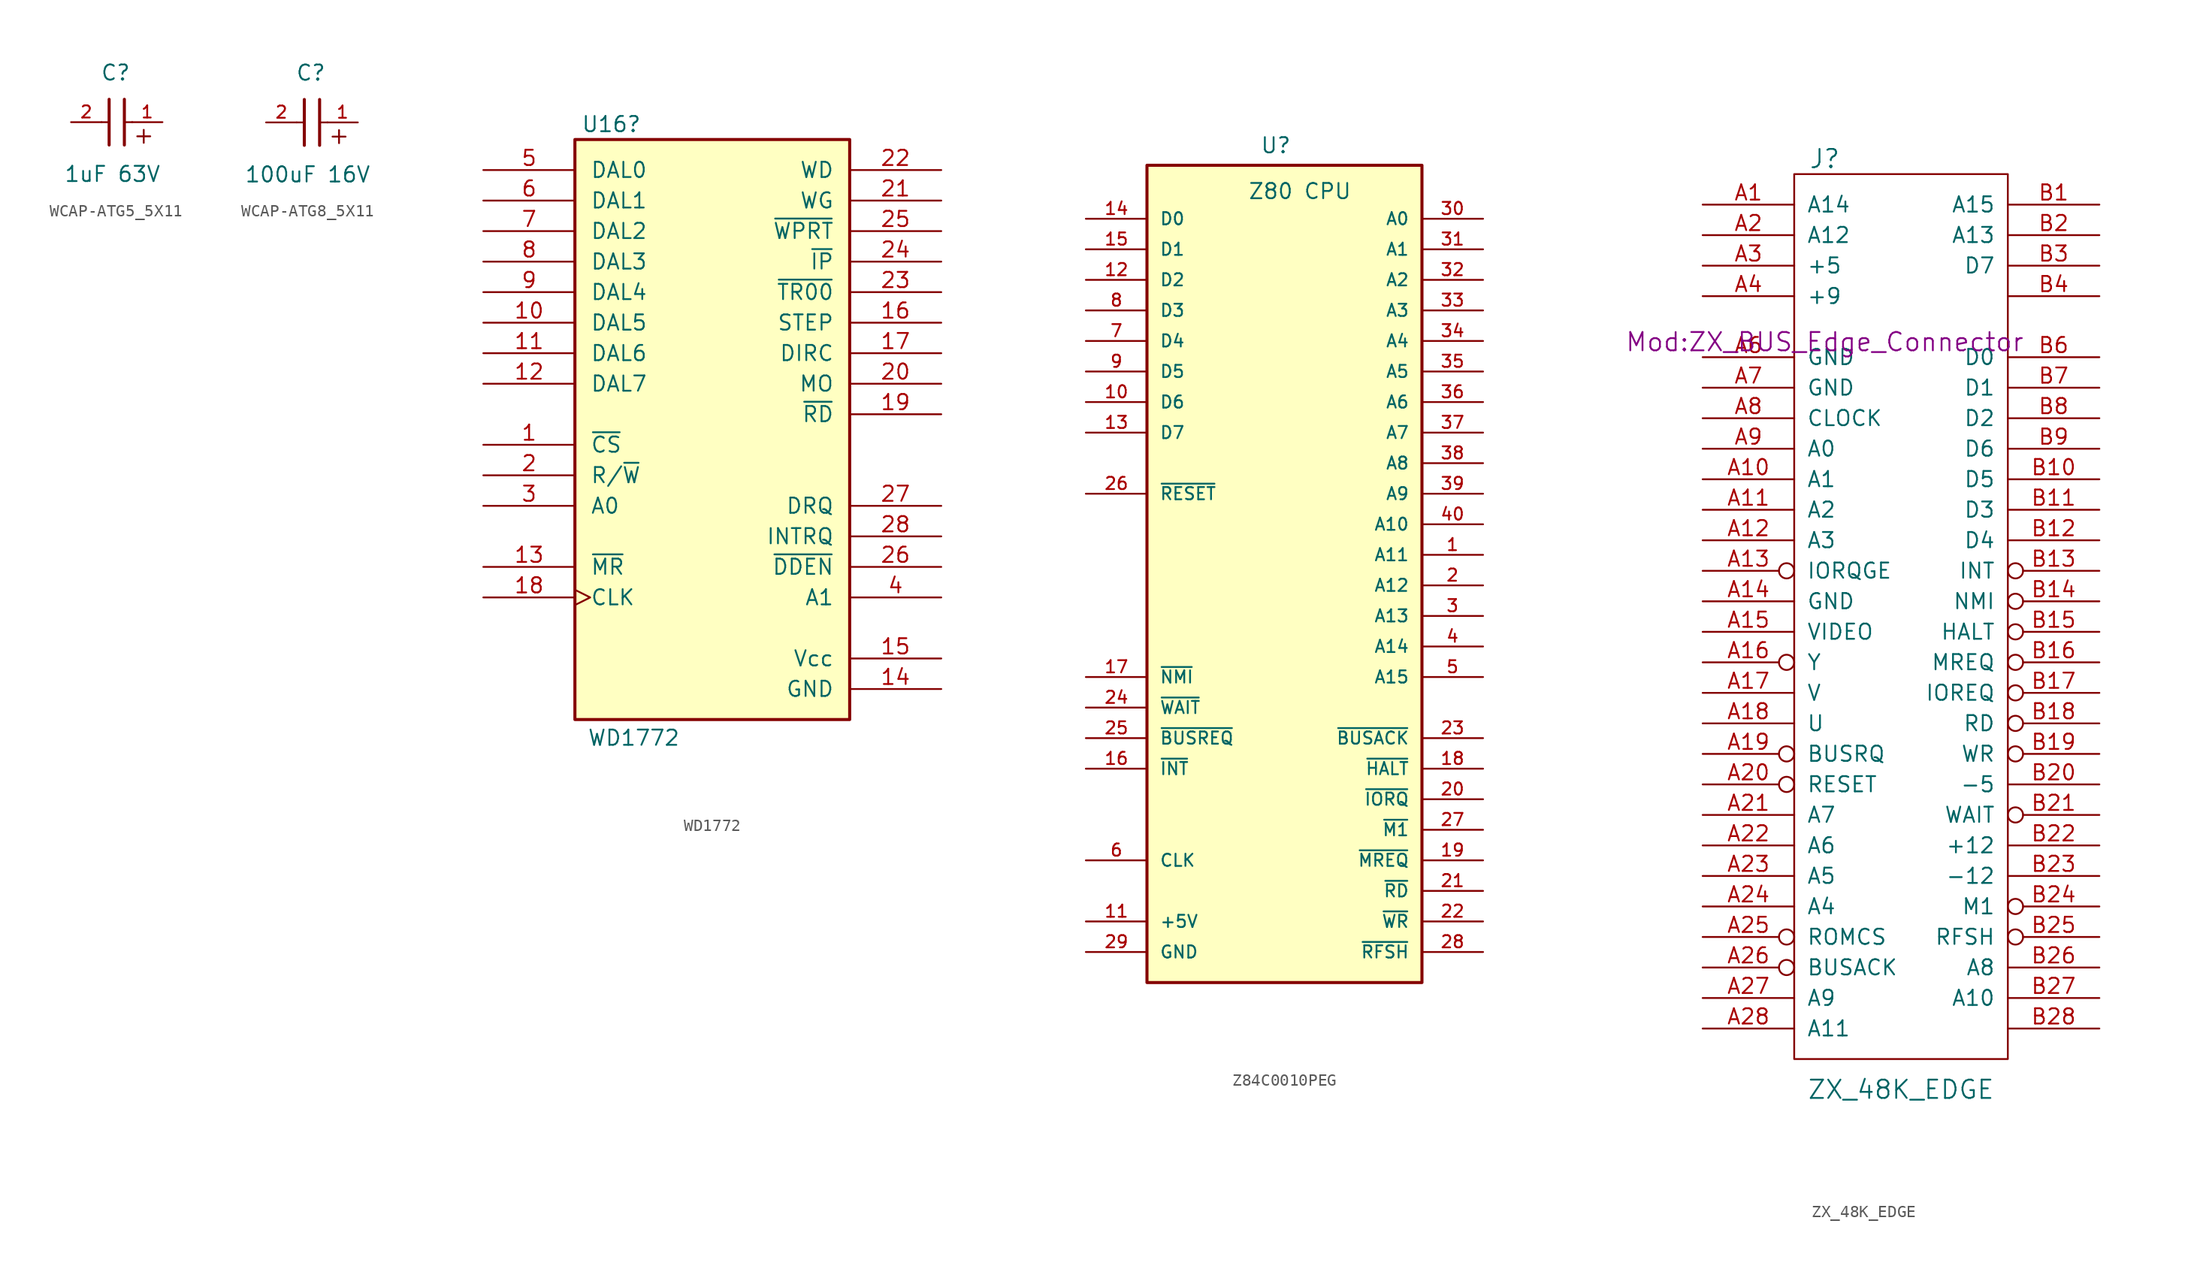
<source format=kicad_sym>
(kicad_symbol_lib
  (version 20241209)
  (generator "kicad_symbol_editor")
  (generator_version "9.0")
  (symbol "WCAP-ATG5_5X11"
    (pin_names
      (offset 1.016))
    (property "Reference" "C"
      (at 1.175 3.38 0)
      (effects (font (size 1.27 1.27)) (justify bottom)))
    (property "Value" "1uF 63V"
      (at 0.915 -5.075 0)
      (effects (font (size 1.27 1.27)) (justify bottom)))
    (symbol "WCAP-ATG5_5X11_0_0"
      (polyline (pts (xy 0 0) (xy 0.643 0)) (stroke (width 0.152) (type default)) (fill (type none)))
      (polyline (pts (xy 0.635 -1.905) (xy 0.635 1.905)) (stroke (width 0.254) (type default)) (fill (type none)))
      (polyline (pts (xy 1.905 1.905) (xy 1.905 -1.905)) (stroke (width 0.254) (type default)) (fill (type none)))
      (polyline (pts (xy 1.928 0) (xy 2.571 0)) (stroke (width 0.152) (type default)) (fill (type none)))
      (text "+" (at 2.54 -1.905 0) (effects (font (size 1.422 1.422)) (justify left bottom)))
      (pin passive line (at -2.54 0 0) (length 2.54) (name "~" (effects (font (size 1.016 1.016)))) (number "2" (effects (font (size 1.016 1.016)))))
      (pin passive line (at 5.08 0 180) (length 2.54) (name "~" (effects (font (size 1.016 1.016)))) (number "1" (effects (font (size 1.016 1.016)))))))
  (symbol "WCAP-ATG8_5X11"
    (pin_names
      (offset 1.016))
    (property "Reference" "C"
      (at 1.175 3.38 0)
      (effects (font (size 1.27 1.27)) (justify bottom)))
    (property "Value" "100uF 16V"
      (at 0.915 -5.075 0)
      (effects (font (size 1.27 1.27)) (justify bottom)))
    (symbol "WCAP-ATG8_5X11_0_0"
      (polyline (pts (xy 0 0) (xy 0.643 0)) (stroke (width 0.152) (type default)) (fill (type none)))
      (polyline (pts (xy 0.635 -1.905) (xy 0.635 1.905)) (stroke (width 0.254) (type default)) (fill (type none)))
      (polyline (pts (xy 1.905 1.905) (xy 1.905 -1.905)) (stroke (width 0.254) (type default)) (fill (type none)))
      (polyline (pts (xy 1.928 0) (xy 2.571 0)) (stroke (width 0.152) (type default)) (fill (type none)))
      (text "+" (at 2.54 -1.905 0) (effects (font (size 1.422 1.422)) (justify left bottom)))
      (pin passive line (at -2.54 0 0) (length 2.54) (name "~" (effects (font (size 1.016 1.016)))) (number "2" (effects (font (size 1.016 1.016)))))
      (pin passive line (at 5.08 0 180) (length 2.54) (name "~" (effects (font (size 1.016 1.016)))) (number "1" (effects (font (size 1.016 1.016)))))))
  (symbol "WD1772"
    (pin_names
      (offset 1.27))
    (property "Reference" "U16"
      (at -12.192 44.45 0)
      (effects (font (size 1.27 1.27)) (justify left)))
    (property "Value" "WD1772"
      (at -11.684 -6.604 0)
      (effects (font (size 1.27 1.27)) (justify left)))
    (property "ki_locked" ""
      (at 0 0 0)
      (effects (font (size 1.27 1.27))))
    (symbol "WD1772_0_0"
      (rectangle (start -12.7 43.18) (end 10.16 -5.08) (stroke (width 0.254) (type solid)) (fill (type background)))
      (pin bidirectional line (at -20.32 40.64 0) (length 7.62) (name "DAL0" (effects (font (size 1.27 1.27)))) (number "5" (effects (font (size 1.27 1.27)))))
      (pin bidirectional line (at -20.32 38.1 0) (length 7.62) (name "DAL1" (effects (font (size 1.27 1.27)))) (number "6" (effects (font (size 1.27 1.27)))))
      (pin bidirectional line (at -20.32 35.56 0) (length 7.62) (name "DAL2" (effects (font (size 1.27 1.27)))) (number "7" (effects (font (size 1.27 1.27)))))
      (pin bidirectional line (at -20.32 33.02 0) (length 7.62) (name "DAL3" (effects (font (size 1.27 1.27)))) (number "8" (effects (font (size 1.27 1.27)))))
      (pin bidirectional line (at -20.32 30.48 0) (length 7.62) (name "DAL4" (effects (font (size 1.27 1.27)))) (number "9" (effects (font (size 1.27 1.27)))))
      (pin bidirectional line (at -20.32 27.94 0) (length 7.62) (name "DAL5" (effects (font (size 1.27 1.27)))) (number "10" (effects (font (size 1.27 1.27)))))
      (pin bidirectional line (at -20.32 25.4 0) (length 7.62) (name "DAL6" (effects (font (size 1.27 1.27)))) (number "11" (effects (font (size 1.27 1.27)))))
      (pin bidirectional line (at -20.32 22.86 0) (length 7.62) (name "DAL7" (effects (font (size 1.27 1.27)))) (number "12" (effects (font (size 1.27 1.27)))))
      (pin input line (at -20.32 17.78 0) (length 7.62) (name "~{CS}" (effects (font (size 1.27 1.27)))) (number "1" (effects (font (size 1.27 1.27)))))
      (pin input line (at -20.32 15.24 0) (length 7.62) (name "R/~{W}" (effects (font (size 1.27 1.27)))) (number "2" (effects (font (size 1.27 1.27)))))
      (pin input line (at -20.32 12.7 0) (length 7.62) (name "A0" (effects (font (size 1.27 1.27)))) (number "3" (effects (font (size 1.27 1.27)))))
      (pin input line (at -20.32 7.62 0) (length 7.62) (name "~{MR}" (effects (font (size 1.27 1.27)))) (number "13" (effects (font (size 1.27 1.27)))))
      (pin input clock (at -20.32 5.08 0) (length 7.62) (name "CLK" (effects (font (size 1.27 1.27)))) (number "18" (effects (font (size 1.27 1.27)))))
      (pin output line (at 17.78 40.64 180) (length 7.62) (name "WD" (effects (font (size 1.27 1.27)))) (number "22" (effects (font (size 1.27 1.27)))))
      (pin output line (at 17.78 38.1 180) (length 7.62) (name "WG" (effects (font (size 1.27 1.27)))) (number "21" (effects (font (size 1.27 1.27)))))
      (pin input line (at 17.78 35.56 180) (length 7.62) (name "~{WPRT}" (effects (font (size 1.27 1.27)))) (number "25" (effects (font (size 1.27 1.27)))))
      (pin input line (at 17.78 33.02 180) (length 7.62) (name "~{IP}" (effects (font (size 1.27 1.27)))) (number "24" (effects (font (size 1.27 1.27)))))
      (pin input line (at 17.78 30.48 180) (length 7.62) (name "~{TR00}" (effects (font (size 1.27 1.27)))) (number "23" (effects (font (size 1.27 1.27)))))
      (pin output line (at 17.78 27.94 180) (length 7.62) (name "STEP" (effects (font (size 1.27 1.27)))) (number "16" (effects (font (size 1.27 1.27)))))
      (pin output line (at 17.78 25.4 180) (length 7.62) (name "DIRC" (effects (font (size 1.27 1.27)))) (number "17" (effects (font (size 1.27 1.27)))))
      (pin output line (at 17.78 22.86 180) (length 7.62) (name "MO" (effects (font (size 1.27 1.27)))) (number "20" (effects (font (size 1.27 1.27)))))
      (pin input line (at 17.78 20.32 180) (length 7.62) (name "~{RD}" (effects (font (size 1.27 1.27)))) (number "19" (effects (font (size 1.27 1.27)))))
      (pin output line (at 17.78 12.7 180) (length 7.62) (name "DRQ" (effects (font (size 1.27 1.27)))) (number "27" (effects (font (size 1.27 1.27)))))
      (pin output line (at 17.78 10.16 180) (length 7.62) (name "INTRQ" (effects (font (size 1.27 1.27)))) (number "28" (effects (font (size 1.27 1.27)))))
      (pin input line (at 17.78 7.62 180) (length 7.62) (name "~{DDEN}" (effects (font (size 1.27 1.27)))) (number "26" (effects (font (size 1.27 1.27)))))
      (pin input line (at 17.78 5.08 180) (length 7.62) (name "A1" (effects (font (size 1.27 1.27)))) (number "4" (effects (font (size 1.27 1.27)))))
      (pin power_in line (at 17.78 0 180) (length 7.62) (name "Vcc" (effects (font (size 1.27 1.27)))) (number "15" (effects (font (size 1.27 1.27)))))
      (pin power_in line (at 17.78 -2.54 180) (length 7.62) (name "GND" (effects (font (size 1.27 1.27)))) (number "14" (effects (font (size 1.27 1.27)))))))
  (symbol "Z84C0010PEG"
    (pin_names
      (offset 1.016))
    (property "Reference" "U"
      (at 14.478 7.366 0)
      (effects (font (size 1.27 1.27)) (justify left)))
    (property "Value" "Z80 CPU"
      (at 13.462 3.556 0)
      (effects (font (size 1.27 1.27)) (justify left)))
    (symbol "Z84C0010PEG_0_0"
      (rectangle (start 5.08 5.715) (end 27.94 -62.23) (stroke (width 0.254) (type default)) (fill (type background)))
      (pin bidirectional line (at 0 1.27 0) (length 5.08) (name "D0" (effects (font (size 1.016 1.016)))) (number "14" (effects (font (size 1.016 1.016)))))
      (pin bidirectional line (at 0 -1.27 0) (length 5.08) (name "D1" (effects (font (size 1.016 1.016)))) (number "15" (effects (font (size 1.016 1.016)))))
      (pin bidirectional line (at 0 -3.81 0) (length 5.08) (name "D2" (effects (font (size 1.016 1.016)))) (number "12" (effects (font (size 1.016 1.016)))))
      (pin bidirectional line (at 0 -6.35 0) (length 5.08) (name "D3" (effects (font (size 1.016 1.016)))) (number "8" (effects (font (size 1.016 1.016)))))
      (pin bidirectional line (at 0 -8.89 0) (length 5.08) (name "D4" (effects (font (size 1.016 1.016)))) (number "7" (effects (font (size 1.016 1.016)))))
      (pin bidirectional line (at 0 -11.43 0) (length 5.08) (name "D5" (effects (font (size 1.016 1.016)))) (number "9" (effects (font (size 1.016 1.016)))))
      (pin bidirectional line (at 0 -13.97 0) (length 5.08) (name "D6" (effects (font (size 1.016 1.016)))) (number "10" (effects (font (size 1.016 1.016)))))
      (pin bidirectional line (at 0 -16.51 0) (length 5.08) (name "D7" (effects (font (size 1.016 1.016)))) (number "13" (effects (font (size 1.016 1.016)))))
      (pin bidirectional line (at 0 -21.59 0) (length 5.08) (name "~{RESET}" (effects (font (size 1.016 1.016)))) (number "26" (effects (font (size 1.016 1.016)))))
      (pin bidirectional line (at 0 -36.83 0) (length 5.08) (name "~{NMI}" (effects (font (size 1.016 1.016)))) (number "17" (effects (font (size 1.016 1.016)))))
      (pin bidirectional line (at 0 -39.37 0) (length 5.08) (name "~{WAIT}" (effects (font (size 1.016 1.016)))) (number "24" (effects (font (size 1.016 1.016)))))
      (pin bidirectional line (at 0 -41.91 0) (length 5.08) (name "~{BUSREQ}" (effects (font (size 1.016 1.016)))) (number "25" (effects (font (size 1.016 1.016)))))
      (pin bidirectional line (at 0 -44.45 0) (length 5.08) (name "~{INT}" (effects (font (size 1.016 1.016)))) (number "16" (effects (font (size 1.016 1.016)))))
      (pin bidirectional line (at 0 -52.07 0) (length 5.08) (name "CLK" (effects (font (size 1.016 1.016)))) (number "6" (effects (font (size 1.016 1.016)))))
      (pin bidirectional line (at 0 -57.15 0) (length 5.08) (name "+5V" (effects (font (size 1.016 1.016)))) (number "11" (effects (font (size 1.016 1.016)))))
      (pin bidirectional line (at 0 -59.69 0) (length 5.08) (name "GND" (effects (font (size 1.016 1.016)))) (number "29" (effects (font (size 1.016 1.016)))))
      (pin bidirectional line (at 33.02 1.27 180) (length 5.08) (name "A0" (effects (font (size 1.016 1.016)))) (number "30" (effects (font (size 1.016 1.016)))))
      (pin bidirectional line (at 33.02 -1.27 180) (length 5.08) (name "A1" (effects (font (size 1.016 1.016)))) (number "31" (effects (font (size 1.016 1.016)))))
      (pin bidirectional line (at 33.02 -3.81 180) (length 5.08) (name "A2" (effects (font (size 1.016 1.016)))) (number "32" (effects (font (size 1.016 1.016)))))
      (pin bidirectional line (at 33.02 -6.35 180) (length 5.08) (name "A3" (effects (font (size 1.016 1.016)))) (number "33" (effects (font (size 1.016 1.016)))))
      (pin bidirectional line (at 33.02 -8.89 180) (length 5.08) (name "A4" (effects (font (size 1.016 1.016)))) (number "34" (effects (font (size 1.016 1.016)))))
      (pin bidirectional line (at 33.02 -11.43 180) (length 5.08) (name "A5" (effects (font (size 1.016 1.016)))) (number "35" (effects (font (size 1.016 1.016)))))
      (pin bidirectional line (at 33.02 -13.97 180) (length 5.08) (name "A6" (effects (font (size 1.016 1.016)))) (number "36" (effects (font (size 1.016 1.016)))))
      (pin bidirectional line (at 33.02 -16.51 180) (length 5.08) (name "A7" (effects (font (size 1.016 1.016)))) (number "37" (effects (font (size 1.016 1.016)))))
      (pin bidirectional line (at 33.02 -19.05 180) (length 5.08) (name "A8" (effects (font (size 1.016 1.016)))) (number "38" (effects (font (size 1.016 1.016)))))
      (pin bidirectional line (at 33.02 -21.59 180) (length 5.08) (name "A9" (effects (font (size 1.016 1.016)))) (number "39" (effects (font (size 1.016 1.016)))))
      (pin bidirectional line (at 33.02 -24.13 180) (length 5.08) (name "A10" (effects (font (size 1.016 1.016)))) (number "40" (effects (font (size 1.016 1.016)))))
      (pin bidirectional line (at 33.02 -26.67 180) (length 5.08) (name "A11" (effects (font (size 1.016 1.016)))) (number "1" (effects (font (size 1.016 1.016)))))
      (pin bidirectional line (at 33.02 -29.21 180) (length 5.08) (name "A12" (effects (font (size 1.016 1.016)))) (number "2" (effects (font (size 1.016 1.016)))))
      (pin bidirectional line (at 33.02 -31.75 180) (length 5.08) (name "A13" (effects (font (size 1.016 1.016)))) (number "3" (effects (font (size 1.016 1.016)))))
      (pin bidirectional line (at 33.02 -34.29 180) (length 5.08) (name "A14" (effects (font (size 1.016 1.016)))) (number "4" (effects (font (size 1.016 1.016)))))
      (pin bidirectional line (at 33.02 -36.83 180) (length 5.08) (name "A15" (effects (font (size 1.016 1.016)))) (number "5" (effects (font (size 1.016 1.016)))))
      (pin bidirectional line (at 33.02 -41.91 180) (length 5.08) (name "~{BUSACK}" (effects (font (size 1.016 1.016)))) (number "23" (effects (font (size 1.016 1.016)))))
      (pin bidirectional line (at 33.02 -44.45 180) (length 5.08) (name "~{HALT}" (effects (font (size 1.016 1.016)))) (number "18" (effects (font (size 1.016 1.016)))))
      (pin bidirectional line (at 33.02 -46.99 180) (length 5.08) (name "~{IORQ}" (effects (font (size 1.016 1.016)))) (number "20" (effects (font (size 1.016 1.016)))))
      (pin bidirectional line (at 33.02 -49.53 180) (length 5.08) (name "~{M1}" (effects (font (size 1.016 1.016)))) (number "27" (effects (font (size 1.016 1.016)))))
      (pin bidirectional line (at 33.02 -52.07 180) (length 5.08) (name "~{MREQ}" (effects (font (size 1.016 1.016)))) (number "19" (effects (font (size 1.016 1.016)))))
      (pin bidirectional line (at 33.02 -54.61 180) (length 5.08) (name "~{RD}" (effects (font (size 1.016 1.016)))) (number "21" (effects (font (size 1.016 1.016)))))
      (pin bidirectional line (at 33.02 -57.15 180) (length 5.08) (name "~{WR}" (effects (font (size 1.016 1.016)))) (number "22" (effects (font (size 1.016 1.016)))))
      (pin bidirectional line (at 33.02 -59.69 180) (length 5.08) (name "~{RFSH}" (effects (font (size 1.016 1.016)))) (number "28" (effects (font (size 1.016 1.016)))))))
  (symbol "ZX_48K_EDGE"
    (pin_names
      (offset 1.016))
    (property "Reference" "J"
      (at -7.62 13.97 0)
      (effects (font (size 1.524 1.524))))
    (property "Value" "ZX_48K_EDGE"
      (at -1.27 -63.5 0)
      (effects (font (size 1.524 1.524))))
    (property "Footprint" "Mod:ZX_BUS_Edge_Connector"
      (at -7.62 -1.27 0)
      (effects (font (size 1.524 1.524))))
    (property "Datasheet" ""
      (at -7.62 -1.27 0)
      (effects (font (size 1.524 1.524))))
    (symbol "ZX_48K_EDGE_0_1"
      (rectangle (start -10.16 -60.96) (end 7.62 12.7) (stroke (width 0) (type default)) (fill (type none))))
    (symbol "ZX_48K_EDGE_1_1"
      (pin passive line (at -17.78 10.16 0) (length 7.62) (name "A14" (effects (font (size 1.27 1.27)))) (number "A1" (effects (font (size 1.27 1.27)))))
      (pin passive line (at -17.78 7.62 0) (length 7.62) (name "A12" (effects (font (size 1.27 1.27)))) (number "A2" (effects (font (size 1.27 1.27)))))
      (pin passive line (at -17.78 5.08 0) (length 7.62) (name "+5" (effects (font (size 1.27 1.27)))) (number "A3" (effects (font (size 1.27 1.27)))))
      (pin passive line (at -17.78 2.54 0) (length 7.62) (name "+9" (effects (font (size 1.27 1.27)))) (number "A4" (effects (font (size 1.27 1.27)))))
      (pin passive line (at -17.78 -2.54 0) (length 7.62) (name "GND" (effects (font (size 1.27 1.27)))) (number "A6" (effects (font (size 1.27 1.27)))))
      (pin passive line (at -17.78 -5.08 0) (length 7.62) (name "GND" (effects (font (size 1.27 1.27)))) (number "A7" (effects (font (size 1.27 1.27)))))
      (pin passive line (at -17.78 -7.62 0) (length 7.62) (name "CLOCK" (effects (font (size 1.27 1.27)))) (number "A8" (effects (font (size 1.27 1.27)))))
      (pin passive line (at -17.78 -10.16 0) (length 7.62) (name "A0" (effects (font (size 1.27 1.27)))) (number "A9" (effects (font (size 1.27 1.27)))))
      (pin passive line (at -17.78 -12.7 0) (length 7.62) (name "A1" (effects (font (size 1.27 1.27)))) (number "A10" (effects (font (size 1.27 1.27)))))
      (pin passive line (at -17.78 -15.24 0) (length 7.62) (name "A2" (effects (font (size 1.27 1.27)))) (number "A11" (effects (font (size 1.27 1.27)))))
      (pin passive line (at -17.78 -17.78 0) (length 7.62) (name "A3" (effects (font (size 1.27 1.27)))) (number "A12" (effects (font (size 1.27 1.27)))))
      (pin passive inverted (at -17.78 -20.32 0) (length 7.62) (name "IORQGE" (effects (font (size 1.27 1.27)))) (number "A13" (effects (font (size 1.27 1.27)))))
      (pin passive line (at -17.78 -22.86 0) (length 7.62) (name "GND" (effects (font (size 1.27 1.27)))) (number "A14" (effects (font (size 1.27 1.27)))))
      (pin passive line (at -17.78 -25.4 0) (length 7.62) (name "VIDEO" (effects (font (size 1.27 1.27)))) (number "A15" (effects (font (size 1.27 1.27)))))
      (pin passive inverted (at -17.78 -27.94 0) (length 7.62) (name "Y" (effects (font (size 1.27 1.27)))) (number "A16" (effects (font (size 1.27 1.27)))))
      (pin passive line (at -17.78 -30.48 0) (length 7.62) (name "V" (effects (font (size 1.27 1.27)))) (number "A17" (effects (font (size 1.27 1.27)))))
      (pin passive line (at -17.78 -33.02 0) (length 7.62) (name "U" (effects (font (size 1.27 1.27)))) (number "A18" (effects (font (size 1.27 1.27)))))
      (pin passive inverted (at -17.78 -35.56 0) (length 7.62) (name "BUSRQ" (effects (font (size 1.27 1.27)))) (number "A19" (effects (font (size 1.27 1.27)))))
      (pin passive inverted (at -17.78 -38.1 0) (length 7.62) (name "RESET" (effects (font (size 1.27 1.27)))) (number "A20" (effects (font (size 1.27 1.27)))))
      (pin passive line (at -17.78 -40.64 0) (length 7.62) (name "A7" (effects (font (size 1.27 1.27)))) (number "A21" (effects (font (size 1.27 1.27)))))
      (pin passive line (at -17.78 -43.18 0) (length 7.62) (name "A6" (effects (font (size 1.27 1.27)))) (number "A22" (effects (font (size 1.27 1.27)))))
      (pin passive line (at -17.78 -45.72 0) (length 7.62) (name "A5" (effects (font (size 1.27 1.27)))) (number "A23" (effects (font (size 1.27 1.27)))))
      (pin passive line (at -17.78 -48.26 0) (length 7.62) (name "A4" (effects (font (size 1.27 1.27)))) (number "A24" (effects (font (size 1.27 1.27)))))
      (pin passive inverted (at -17.78 -50.8 0) (length 7.62) (name "ROMCS" (effects (font (size 1.27 1.27)))) (number "A25" (effects (font (size 1.27 1.27)))))
      (pin passive inverted (at -17.78 -53.34 0) (length 7.62) (name "BUSACK" (effects (font (size 1.27 1.27)))) (number "A26" (effects (font (size 1.27 1.27)))))
      (pin passive line (at -17.78 -55.88 0) (length 7.62) (name "A9" (effects (font (size 1.27 1.27)))) (number "A27" (effects (font (size 1.27 1.27)))))
      (pin passive line (at -17.78 -58.42 0) (length 7.62) (name "A11" (effects (font (size 1.27 1.27)))) (number "A28" (effects (font (size 1.27 1.27)))))
      (pin passive line (at 15.24 10.16 180) (length 7.62) (name "A15" (effects (font (size 1.27 1.27)))) (number "B1" (effects (font (size 1.27 1.27)))))
      (pin passive line (at 15.24 7.62 180) (length 7.62) (name "A13" (effects (font (size 1.27 1.27)))) (number "B2" (effects (font (size 1.27 1.27)))))
      (pin passive line (at 15.24 5.08 180) (length 7.62) (name "D7" (effects (font (size 1.27 1.27)))) (number "B3" (effects (font (size 1.27 1.27)))))
      (pin passive line (at 15.24 2.54 180) (length 7.62) (name "~" (effects (font (size 1.27 1.27)))) (number "B4" (effects (font (size 1.27 1.27)))))
      (pin passive line (at 15.24 -2.54 180) (length 7.62) (name "D0" (effects (font (size 1.27 1.27)))) (number "B6" (effects (font (size 1.27 1.27)))))
      (pin passive line (at 15.24 -5.08 180) (length 7.62) (name "D1" (effects (font (size 1.27 1.27)))) (number "B7" (effects (font (size 1.27 1.27)))))
      (pin passive line (at 15.24 -7.62 180) (length 7.62) (name "D2" (effects (font (size 1.27 1.27)))) (number "B8" (effects (font (size 1.27 1.27)))))
      (pin passive line (at 15.24 -10.16 180) (length 7.62) (name "D6" (effects (font (size 1.27 1.27)))) (number "B9" (effects (font (size 1.27 1.27)))))
      (pin passive line (at 15.24 -12.7 180) (length 7.62) (name "D5" (effects (font (size 1.27 1.27)))) (number "B10" (effects (font (size 1.27 1.27)))))
      (pin passive line (at 15.24 -15.24 180) (length 7.62) (name "D3" (effects (font (size 1.27 1.27)))) (number "B11" (effects (font (size 1.27 1.27)))))
      (pin passive line (at 15.24 -17.78 180) (length 7.62) (name "D4" (effects (font (size 1.27 1.27)))) (number "B12" (effects (font (size 1.27 1.27)))))
      (pin passive inverted (at 15.24 -20.32 180) (length 7.62) (name "INT" (effects (font (size 1.27 1.27)))) (number "B13" (effects (font (size 1.27 1.27)))))
      (pin passive inverted (at 15.24 -22.86 180) (length 7.62) (name "NMI" (effects (font (size 1.27 1.27)))) (number "B14" (effects (font (size 1.27 1.27)))))
      (pin passive inverted (at 15.24 -25.4 180) (length 7.62) (name "HALT" (effects (font (size 1.27 1.27)))) (number "B15" (effects (font (size 1.27 1.27)))))
      (pin passive inverted (at 15.24 -27.94 180) (length 7.62) (name "MREQ" (effects (font (size 1.27 1.27)))) (number "B16" (effects (font (size 1.27 1.27)))))
      (pin passive inverted (at 15.24 -30.48 180) (length 7.62) (name "IOREQ" (effects (font (size 1.27 1.27)))) (number "B17" (effects (font (size 1.27 1.27)))))
      (pin passive inverted (at 15.24 -33.02 180) (length 7.62) (name "RD" (effects (font (size 1.27 1.27)))) (number "B18" (effects (font (size 1.27 1.27)))))
      (pin passive inverted (at 15.24 -35.56 180) (length 7.62) (name "WR" (effects (font (size 1.27 1.27)))) (number "B19" (effects (font (size 1.27 1.27)))))
      (pin passive line (at 15.24 -38.1 180) (length 7.62) (name "-5" (effects (font (size 1.27 1.27)))) (number "B20" (effects (font (size 1.27 1.27)))))
      (pin passive inverted (at 15.24 -40.64 180) (length 7.62) (name "WAIT" (effects (font (size 1.27 1.27)))) (number "B21" (effects (font (size 1.27 1.27)))))
      (pin passive line (at 15.24 -43.18 180) (length 7.62) (name "+12" (effects (font (size 1.27 1.27)))) (number "B22" (effects (font (size 1.27 1.27)))))
      (pin passive line (at 15.24 -45.72 180) (length 7.62) (name "-12" (effects (font (size 1.27 1.27)))) (number "B23" (effects (font (size 1.27 1.27)))))
      (pin passive inverted (at 15.24 -48.26 180) (length 7.62) (name "M1" (effects (font (size 1.27 1.27)))) (number "B24" (effects (font (size 1.27 1.27)))))
      (pin passive inverted (at 15.24 -50.8 180) (length 7.62) (name "RFSH" (effects (font (size 1.27 1.27)))) (number "B25" (effects (font (size 1.27 1.27)))))
      (pin passive line (at 15.24 -53.34 180) (length 7.62) (name "A8" (effects (font (size 1.27 1.27)))) (number "B26" (effects (font (size 1.27 1.27)))))
      (pin passive line (at 15.24 -55.88 180) (length 7.62) (name "A10" (effects (font (size 1.27 1.27)))) (number "B27" (effects (font (size 1.27 1.27)))))
      (pin passive line (at 15.24 -58.42 180) (length 7.62) (name "~" (effects (font (size 1.27 1.27)))) (number "B28" (effects (font (size 1.27 1.27))))))))
</source>
